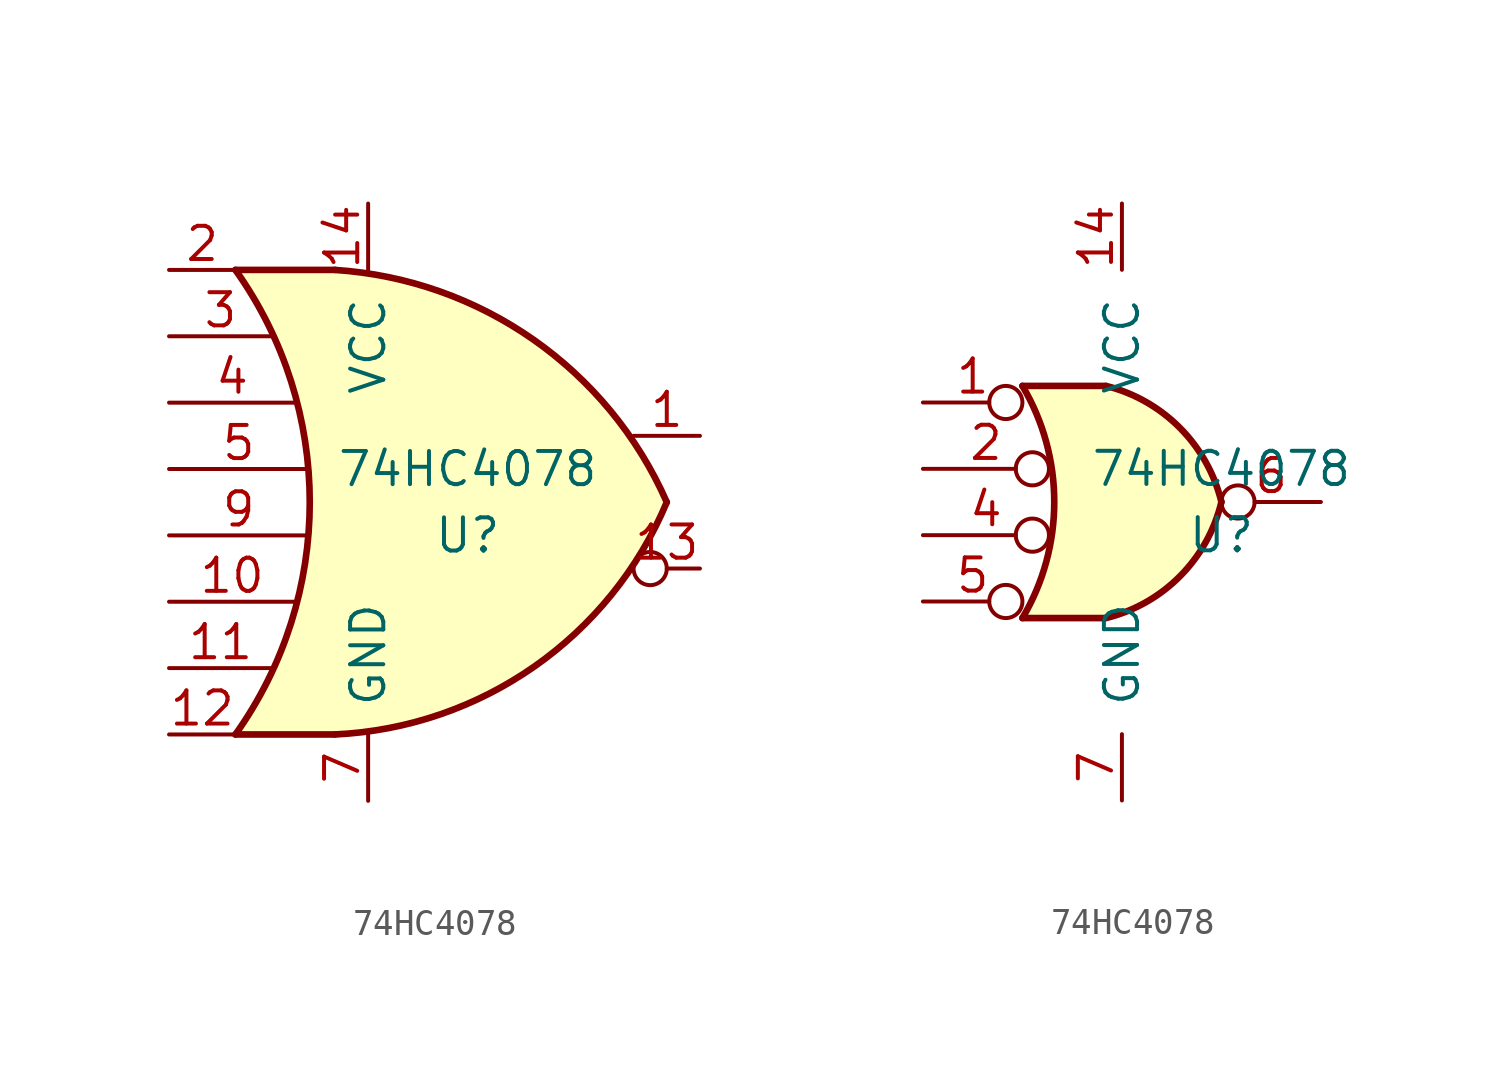
<source format=kicad_sym>
(kicad_symbol_lib
  (version 20211014)
  (generator kicad_symbol_editor)
  (symbol "74HC4078"
    (pin_names
      (offset 1.016))
    (property "Reference" "U"
      (at 3.81 -1.27 0)
      (effects (font (size 1.27 1.27))))
    (property "Value" "74HC4078"
      (at 3.81 1.27 0)
      (effects (font (size 1.27 1.27))))
    (symbol "74HC4078_1_0"
      (pin power_in line (at 0 11.43 270) (length 2.54) (name "VCC" (effects (font (size 1.27 1.27)))) (number "14" (effects (font (size 1.27 1.27)))))
      (pin no_connect line (at 5.08 -12.7 90) (length 5.588) hide (name "~" (effects (font (size 1.27 1.27)))) (number "6" (effects (font (size 1.27 1.27)))))
      (pin power_in line (at 0 -11.43 90) (length 2.54) (name "GND" (effects (font (size 1.27 1.27)))) (number "7" (effects (font (size 1.27 1.27)))))
      (pin no_connect line (at 5.08 12.7 270) (length 5.588) hide (name "~" (effects (font (size 1.27 1.27)))) (number "8" (effects (font (size 1.27 1.27))))))
    (symbol "74HC4078_1_1"
      (arc (start -5.08 -8.89) (mid -2.2344 0) (end -5.08 8.89) (stroke (width 0.254) (type default) (color 0 0 0 0)) (fill (type none)))
      (arc (start -1.27 -8.89) (mid 6.3678 -6.2847) (end 11.43 0) (stroke (width 0.254) (type default) (color 0 0 0 0)) (fill (type background)))
      (polyline (pts (xy -5.08 -8.89) (xy -1.27 -8.89)) (stroke (width 0.254) (type default) (color 0 0 0 0)) (fill (type background)))
      (polyline (pts (xy -5.08 8.89) (xy -1.27 8.89)) (stroke (width 0.254) (type default) (color 0 0 0 0)) (fill (type background)))
      (polyline (pts (xy -1.27 8.89) (xy -5.08 8.89) (xy -5.08 8.89) (xy -3.81 6.858) (xy -3.048 5.334) (xy -2.54 2.54) (xy -2.286 0) (xy -2.54 -3.175) (xy -3.556 -6.096) (xy -5.08 -8.89) (xy -5.08 -8.89) (xy -1.27 -8.89)) (stroke (width -25.4) (type default) (color 0 0 0 0)) (fill (type background)))
      (arc (start 11.43 0) (mid 6.3244 6.2228) (end -1.27 8.89) (stroke (width 0.254) (type default) (color 0 0 0 0)) (fill (type background)))
      (pin output line (at 12.7 2.54 180) (length 2.54) (name "~" (effects (font (size 1.27 1.27)))) (number "1" (effects (font (size 1.27 1.27)))))
      (pin input line (at -7.62 -3.81 0) (length 4.826) (name "~" (effects (font (size 1.27 1.27)))) (number "10" (effects (font (size 1.27 1.27)))))
      (pin input line (at -7.62 -6.35 0) (length 3.937) (name "~" (effects (font (size 1.27 1.27)))) (number "11" (effects (font (size 1.27 1.27)))))
      (pin input line (at -7.62 -8.89 0) (length 2.54) (name "~" (effects (font (size 1.27 1.27)))) (number "12" (effects (font (size 1.27 1.27)))))
      (pin output inverted (at 12.7 -2.54 180) (length 2.54) (name "~" (effects (font (size 1.27 1.27)))) (number "13" (effects (font (size 1.27 1.27)))))
      (pin input line (at -7.62 8.89 0) (length 2.54) (name "~" (effects (font (size 1.27 1.27)))) (number "2" (effects (font (size 1.27 1.27)))))
      (pin input line (at -7.62 6.35 0) (length 3.937) (name "~" (effects (font (size 1.27 1.27)))) (number "3" (effects (font (size 1.27 1.27)))))
      (pin input line (at -7.62 3.81 0) (length 4.826) (name "~" (effects (font (size 1.27 1.27)))) (number "4" (effects (font (size 1.27 1.27)))))
      (pin input line (at -7.62 1.27 0) (length 5.334) (name "~" (effects (font (size 1.27 1.27)))) (number "5" (effects (font (size 1.27 1.27)))))
      (pin input line (at -7.62 -1.27 0) (length 5.334) (name "~" (effects (font (size 1.27 1.27)))) (number "9" (effects (font (size 1.27 1.27))))))
    (symbol "74HC4078_1_2"
      (arc (start -3.81 -4.445) (mid -2.5908 0) (end -3.81 4.445) (stroke (width 0.254) (type default) (color 0 0 0 0)) (fill (type none)))
      (arc (start -0.6096 -4.445) (mid 2.2246 -2.8422) (end 3.81 0) (stroke (width 0.254) (type default) (color 0 0 0 0)) (fill (type background)))
      (polyline (pts (xy -3.81 -4.445) (xy -0.635 -4.445)) (stroke (width 0.254) (type default) (color 0 0 0 0)) (fill (type background)))
      (polyline (pts (xy -3.81 4.445) (xy -0.635 4.445)) (stroke (width 0.254) (type default) (color 0 0 0 0)) (fill (type background)))
      (polyline (pts (xy -0.635 4.445) (xy -3.81 4.445) (xy -3.81 4.445) (xy -3.632 4.089) (xy -3.099 2.921) (xy -2.769 1.676) (xy -2.616 0.432) (xy -2.642 -0.864) (xy -2.87 -2.108) (xy -3.251 -3.327) (xy -3.81 -4.445) (xy -3.81 -4.445) (xy -0.635 -4.445)) (stroke (width -25.4) (type default) (color 0 0 0 0)) (fill (type background)))
      (arc (start 3.81 0) (mid 2.2204 2.8379) (end -0.6096 4.445) (stroke (width 0.254) (type default) (color 0 0 0 0)) (fill (type background)))
      (pin input inverted (at -7.62 3.81 0) (length 3.81) (name "~" (effects (font (size 1.27 1.27)))) (number "1" (effects (font (size 1.27 1.27)))))
      (pin input inverted (at -7.62 1.27 0) (length 4.826) (name "~" (effects (font (size 1.27 1.27)))) (number "2" (effects (font (size 1.27 1.27)))))
      (pin input inverted (at -7.62 -1.27 0) (length 4.826) (name "~" (effects (font (size 1.27 1.27)))) (number "4" (effects (font (size 1.27 1.27)))))
      (pin input inverted (at -7.62 -3.81 0) (length 3.81) (name "~" (effects (font (size 1.27 1.27)))) (number "5" (effects (font (size 1.27 1.27)))))
      (pin output inverted (at 7.62 0 180) (length 3.81) (name "~" (effects (font (size 1.27 1.27)))) (number "6" (effects (font (size 1.27 1.27))))))))
</source>
